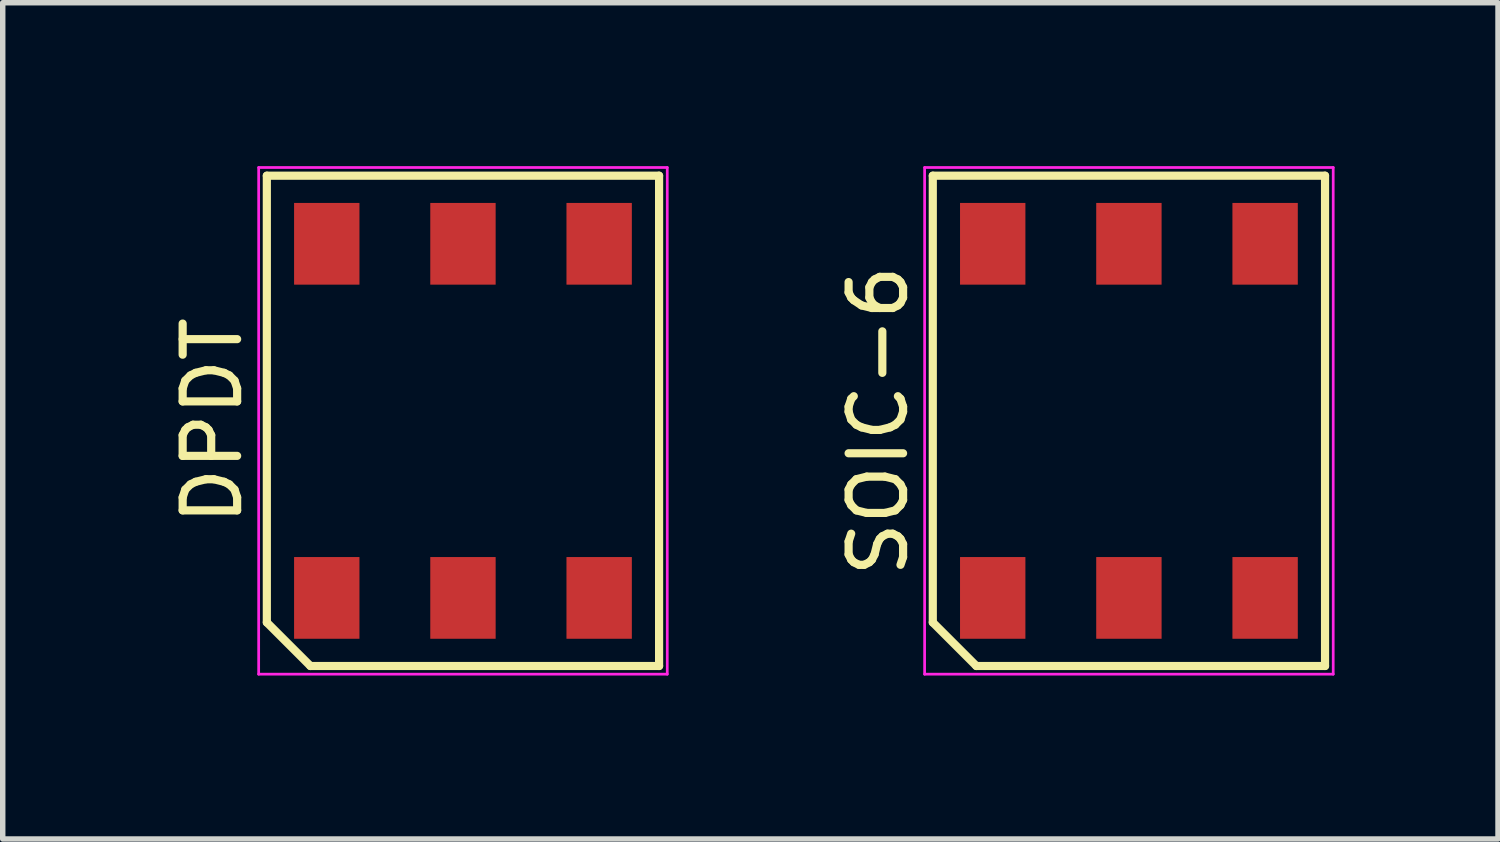
<source format=kicad_pcb>
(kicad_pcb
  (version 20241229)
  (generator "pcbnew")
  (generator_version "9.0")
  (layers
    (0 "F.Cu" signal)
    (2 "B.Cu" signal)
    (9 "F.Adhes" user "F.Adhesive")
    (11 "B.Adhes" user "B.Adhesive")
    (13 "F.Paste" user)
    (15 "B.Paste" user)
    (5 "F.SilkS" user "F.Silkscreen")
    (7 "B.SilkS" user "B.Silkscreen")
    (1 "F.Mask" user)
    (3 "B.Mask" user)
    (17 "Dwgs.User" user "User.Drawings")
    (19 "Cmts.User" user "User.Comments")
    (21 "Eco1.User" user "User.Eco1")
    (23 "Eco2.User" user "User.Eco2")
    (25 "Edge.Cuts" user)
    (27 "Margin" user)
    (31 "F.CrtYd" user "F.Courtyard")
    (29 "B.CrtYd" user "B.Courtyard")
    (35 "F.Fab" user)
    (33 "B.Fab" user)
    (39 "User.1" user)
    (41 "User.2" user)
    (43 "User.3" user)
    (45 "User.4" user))
  (footprint "SOIC-6"
    (layer "F.Cu")
    (at 17.672 4.675)
    (property "Reference" "SOIC-6" (at -4.6 0 90) (layer "F.SilkS") (effects (font (size 1 1) (thickness 0.15))))
    (attr smd)
    (fp_line (start -3.6 -4.5) (end 3.6 -4.5) (stroke (width 0.15) (type solid)) (layer "F.SilkS"))
    (fp_line (start -3.6 3.7) (end -3.6 -4.5) (stroke (width 0.15) (type solid)) (layer "F.SilkS"))
    (fp_line (start -2.8 4.5) (end -3.6 3.7) (stroke (width 0.15) (type solid)) (layer "F.SilkS"))
    (fp_line (start 3.6 -4.5) (end 3.6 4.5) (stroke (width 0.15) (type solid)) (layer "F.SilkS"))
    (fp_line (start 3.6 4.5) (end -2.8 4.5) (stroke (width 0.15) (type solid)) (layer "F.SilkS"))
    (fp_line (start -3.75 -4.65) (end 3.75 -4.65) (stroke (width 0.05) (type solid)) (layer "F.CrtYd"))
    (fp_line (start -3.75 4.65) (end -3.75 -4.65) (stroke (width 0.05) (type solid)) (layer "F.CrtYd"))
    (fp_line (start 3.75 -4.65) (end 3.75 4.65) (stroke (width 0.05) (type solid)) (layer "F.CrtYd"))
    (fp_line (start 3.75 4.65) (end -3.75 4.65) (stroke (width 0.05) (type solid)) (layer "F.CrtYd"))
    (pad "1" smd rect (at -2.5 3.25) (size 1.2 1.5) (layers "F.Cu" "F.Mask" "F.Paste"))
    (pad "2" smd rect (at 0 3.25) (size 1.2 1.5) (layers "F.Cu" "F.Mask" "F.Paste"))
    (pad "3" smd rect (at 2.5 3.25) (size 1.2 1.5) (layers "F.Cu" "F.Mask" "F.Paste"))
    (pad "4" smd rect (at 2.5 -3.25) (size 1.2 1.5) (layers "F.Cu" "F.Mask" "F.Paste"))
    (pad "5" smd rect (at 0 -3.25) (size 1.2 1.5) (layers "F.Cu" "F.Mask" "F.Paste"))
    (pad "6" smd rect (at -2.5 -3.25) (size 1.2 1.5) (layers "F.Cu" "F.Mask" "F.Paste")))
  (footprint "DPDT"
    (layer "F.Cu")
    (at 5.448 4.675)
    (property "Reference" "DPDT" (at -4.6 0 90) (layer "F.SilkS") (effects (font (size 1 1) (thickness 0.15))))
    (attr smd)
    (fp_line (start -3.6 -4.5) (end 3.6 -4.5) (stroke (width 0.15) (type solid)) (layer "F.SilkS"))
    (fp_line (start -3.6 3.7) (end -3.6 -4.5) (stroke (width 0.15) (type solid)) (layer "F.SilkS"))
    (fp_line (start -2.8 4.5) (end -3.6 3.7) (stroke (width 0.15) (type solid)) (layer "F.SilkS"))
    (fp_line (start 3.6 -4.5) (end 3.6 4.5) (stroke (width 0.15) (type solid)) (layer "F.SilkS"))
    (fp_line (start 3.6 4.5) (end -2.8 4.5) (stroke (width 0.15) (type solid)) (layer "F.SilkS"))
    (fp_line (start -3.75 -4.65) (end 3.75 -4.65) (stroke (width 0.05) (type solid)) (layer "F.CrtYd"))
    (fp_line (start -3.75 4.65) (end -3.75 -4.65) (stroke (width 0.05) (type solid)) (layer "F.CrtYd"))
    (fp_line (start 3.75 -4.65) (end 3.75 4.65) (stroke (width 0.05) (type solid)) (layer "F.CrtYd"))
    (fp_line (start 3.75 4.65) (end -3.75 4.65) (stroke (width 0.05) (type solid)) (layer "F.CrtYd"))
    (pad "1" smd rect (at -2.5 3.25) (size 1.2 1.5) (layers "F.Cu" "F.Mask" "F.Paste"))
    (pad "2" smd rect (at 0 3.25) (size 1.2 1.5) (layers "F.Cu" "F.Mask" "F.Paste"))
    (pad "3" smd rect (at 2.5 3.25) (size 1.2 1.5) (layers "F.Cu" "F.Mask" "F.Paste"))
    (pad "4" smd rect (at -2.5 -3.25) (size 1.2 1.5) (layers "F.Cu" "F.Mask" "F.Paste"))
    (pad "5" smd rect (at 0 -3.25) (size 1.2 1.5) (layers "F.Cu" "F.Mask" "F.Paste"))
    (pad "6" smd rect (at 2.5 -3.25) (size 1.2 1.5) (layers "F.Cu" "F.Mask" "F.Paste")))
  (gr_rect
    (start -3 -3)
    (end 24.447 12.35)
    (stroke (width 0.1) (type default))
    (fill no)
    (layer "Edge.Cuts")))
</source>
